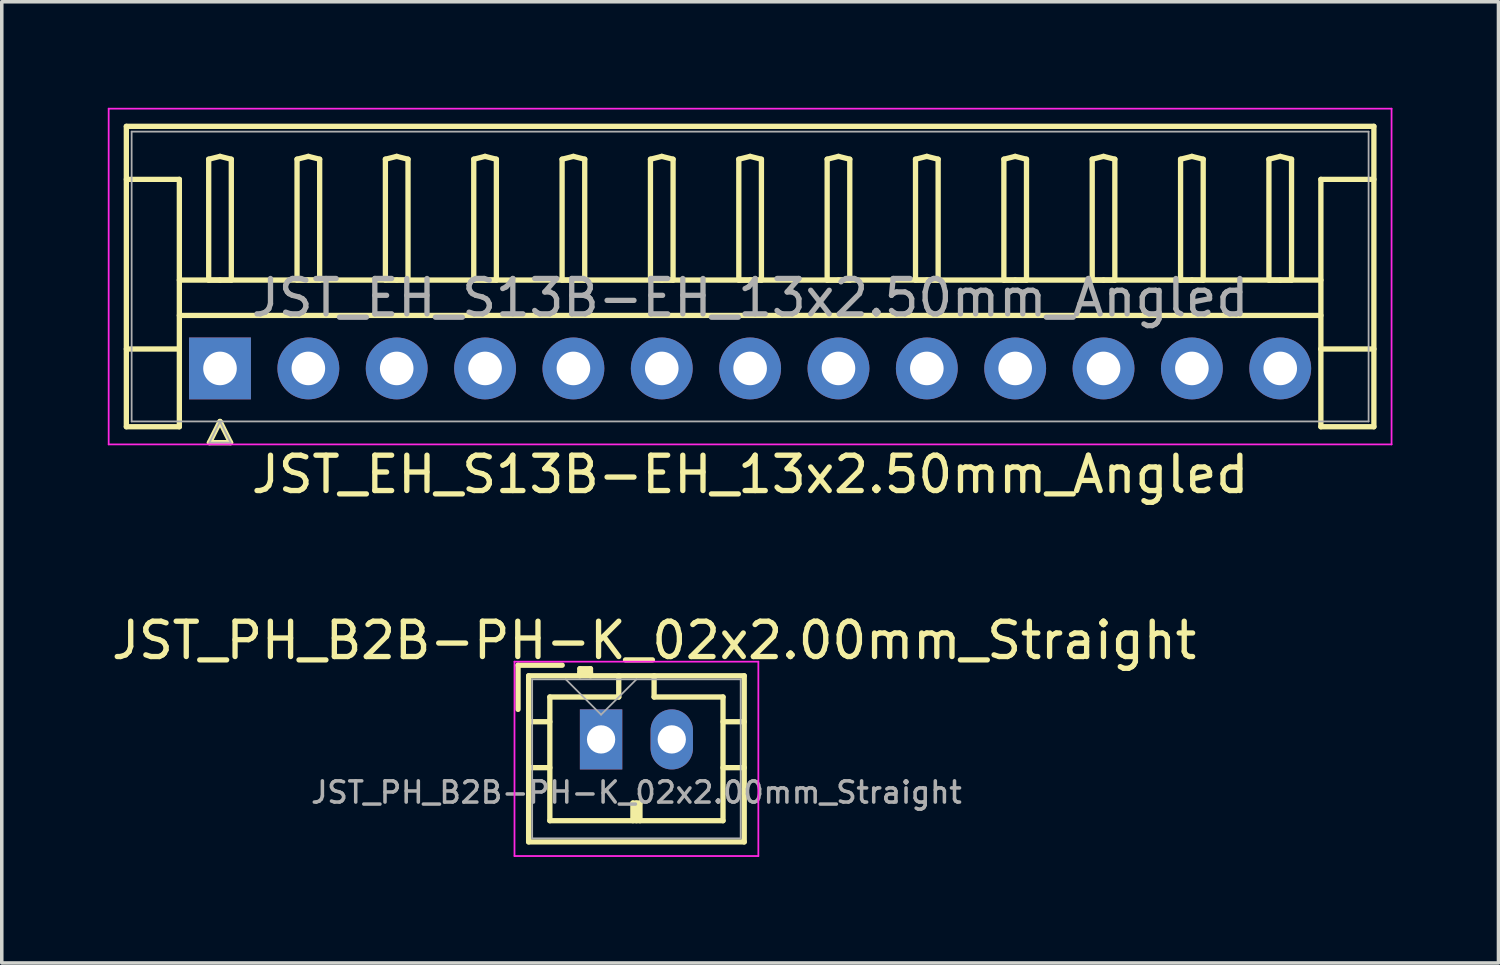
<source format=kicad_pcb>
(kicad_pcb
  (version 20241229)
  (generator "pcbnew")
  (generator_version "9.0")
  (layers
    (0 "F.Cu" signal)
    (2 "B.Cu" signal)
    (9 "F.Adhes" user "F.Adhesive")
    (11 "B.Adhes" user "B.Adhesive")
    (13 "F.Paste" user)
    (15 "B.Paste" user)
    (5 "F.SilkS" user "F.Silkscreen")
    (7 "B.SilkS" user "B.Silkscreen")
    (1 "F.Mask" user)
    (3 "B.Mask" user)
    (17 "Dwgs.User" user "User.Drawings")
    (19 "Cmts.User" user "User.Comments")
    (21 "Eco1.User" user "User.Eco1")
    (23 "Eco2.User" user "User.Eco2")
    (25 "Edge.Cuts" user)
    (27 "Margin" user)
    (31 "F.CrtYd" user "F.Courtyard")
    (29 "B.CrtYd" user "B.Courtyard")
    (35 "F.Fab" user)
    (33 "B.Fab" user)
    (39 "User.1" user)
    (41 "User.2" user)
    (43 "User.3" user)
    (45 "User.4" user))
  (footprint "JST_PH_B2B-PH-K_02x2.00mm_Straight"
    (layer "F.Cu")
    (at 13.958 17.872)
    (property "Reference" "JST_PH_B2B-PH-K_02x2.00mm_Straight" (at 1 1.5 0) (layer "F.Fab") (effects (font (size 0.6 0.6) (thickness 0.1))))
    (attr through_hole)
    (fp_line (start -2.35 -2.1) (end -2.35 -0.85) (stroke (width 0.15) (type solid)) (layer "F.SilkS"))
    (fp_line (start -2.05 -1.8) (end -2.05 2.9) (stroke (width 0.15) (type solid)) (layer "F.SilkS"))
    (fp_line (start -2.05 -0.5) (end -1.45 -0.5) (stroke (width 0.15) (type solid)) (layer "F.SilkS"))
    (fp_line (start -2.05 0.8) (end -1.45 0.8) (stroke (width 0.15) (type solid)) (layer "F.SilkS"))
    (fp_line (start -2.05 2.9) (end 4.05 2.9) (stroke (width 0.15) (type solid)) (layer "F.SilkS"))
    (fp_line (start -1.45 -1.2) (end -1.45 2.3) (stroke (width 0.15) (type solid)) (layer "F.SilkS"))
    (fp_line (start -1.45 2.3) (end 3.45 2.3) (stroke (width 0.15) (type solid)) (layer "F.SilkS"))
    (fp_line (start -1.1 -2.1) (end -2.35 -2.1) (stroke (width 0.15) (type solid)) (layer "F.SilkS"))
    (fp_line (start -0.6 -2) (end -0.6 -1.8) (stroke (width 0.15) (type solid)) (layer "F.SilkS"))
    (fp_line (start -0.3 -2) (end -0.6 -2) (stroke (width 0.15) (type solid)) (layer "F.SilkS"))
    (fp_line (start -0.3 -1.9) (end -0.6 -1.9) (stroke (width 0.15) (type solid)) (layer "F.SilkS"))
    (fp_line (start -0.3 -1.8) (end -0.3 -2) (stroke (width 0.15) (type solid)) (layer "F.SilkS"))
    (fp_line (start 0.5 -1.8) (end 0.5 -1.2) (stroke (width 0.15) (type solid)) (layer "F.SilkS"))
    (fp_line (start 0.5 -1.2) (end -1.45 -1.2) (stroke (width 0.15) (type solid)) (layer "F.SilkS"))
    (fp_line (start 0.9 1.8) (end 1.1 1.8) (stroke (width 0.15) (type solid)) (layer "F.SilkS"))
    (fp_line (start 0.9 2.3) (end 0.9 1.8) (stroke (width 0.15) (type solid)) (layer "F.SilkS"))
    (fp_line (start 1 2.3) (end 1 1.8) (stroke (width 0.15) (type solid)) (layer "F.SilkS"))
    (fp_line (start 1.1 1.8) (end 1.1 2.3) (stroke (width 0.15) (type solid)) (layer "F.SilkS"))
    (fp_line (start 1.5 -1.2) (end 1.5 -1.8) (stroke (width 0.15) (type solid)) (layer "F.SilkS"))
    (fp_line (start 3.45 -1.2) (end 1.5 -1.2) (stroke (width 0.15) (type solid)) (layer "F.SilkS"))
    (fp_line (start 3.45 2.3) (end 3.45 -1.2) (stroke (width 0.15) (type solid)) (layer "F.SilkS"))
    (fp_line (start 4.05 -1.8) (end -2.05 -1.8) (stroke (width 0.15) (type solid)) (layer "F.SilkS"))
    (fp_line (start 4.05 -0.5) (end 3.45 -0.5) (stroke (width 0.15) (type solid)) (layer "F.SilkS"))
    (fp_line (start 4.05 0.8) (end 3.45 0.8) (stroke (width 0.15) (type solid)) (layer "F.SilkS"))
    (fp_line (start 4.05 2.9) (end 4.05 -1.8) (stroke (width 0.15) (type solid)) (layer "F.SilkS"))
    (fp_line (start -2.45 -2.2) (end -2.45 3.3) (stroke (width 0.05) (type solid)) (layer "F.CrtYd"))
    (fp_line (start -2.45 3.3) (end 4.45 3.3) (stroke (width 0.05) (type solid)) (layer "F.CrtYd"))
    (fp_line (start 4.45 -2.2) (end -2.45 -2.2) (stroke (width 0.05) (type solid)) (layer "F.CrtYd"))
    (fp_line (start 4.45 3.3) (end 4.45 -2.2) (stroke (width 0.05) (type solid)) (layer "F.CrtYd"))
    (fp_line (start -1.95 -1.7) (end -1.95 2.8) (stroke (width 0.05) (type solid)) (layer "F.Fab"))
    (fp_line (start -1.95 2.8) (end 3.95 2.8) (stroke (width 0.05) (type solid)) (layer "F.Fab"))
    (fp_line (start -1 -1.7) (end 0 -0.7) (stroke (width 0.05) (type solid)) (layer "F.Fab"))
    (fp_line (start 0 -0.7) (end 1 -1.7) (stroke (width 0.05) (type solid)) (layer "F.Fab"))
    (fp_line (start 3.95 -1.7) (end -1.95 -1.7) (stroke (width 0.05) (type solid)) (layer "F.Fab"))
    (fp_line (start 3.95 2.8) (end 3.95 -1.7) (stroke (width 0.05) (type solid)) (layer "F.Fab"))
    (fp_text user "${REFERENCE}" (at 1.5 -2.8 0) (layer "F.SilkS") (effects (font (size 1 1) (thickness 0.15))))
    (pad "1" thru_hole rect (at 0 0) (size 1.2 1.7) (drill 0.8) (layers "*.Cu" "*.Mask"))
    (pad "2" thru_hole oval (at 2 0) (size 1.2 1.7) (drill 0.8) (layers "*.Cu" "*.Mask")))
  (footprint "JST_EH_S13B-EH_13x2.50mm_Angled"
    (layer "F.Cu")
    (at 3.175 7.375)
    (property "Reference" "JST_EH_S13B-EH_13x2.50mm_Angled" (at 15 -2 0) (layer "F.Fab") (effects (font (size 1 1) (thickness 0.15))))
    (attr through_hole)
    (fp_line (start -2.65 -6.85) (end 32.65 -6.85) (stroke (width 0.15) (type solid)) (layer "F.SilkS"))
    (fp_line (start -2.65 -5.35) (end -1.15 -5.35) (stroke (width 0.15) (type solid)) (layer "F.SilkS"))
    (fp_line (start -2.65 1.65) (end -2.65 -6.85) (stroke (width 0.15) (type solid)) (layer "F.SilkS"))
    (fp_line (start -1.15 -5.35) (end -1.15 -0.55) (stroke (width 0.15) (type solid)) (layer "F.SilkS"))
    (fp_line (start -1.15 -2.5) (end 31.15 -2.5) (stroke (width 0.15) (type solid)) (layer "F.SilkS"))
    (fp_line (start -1.15 -1.5) (end 31.15 -1.5) (stroke (width 0.15) (type solid)) (layer "F.SilkS"))
    (fp_line (start -1.15 -0.55) (end -2.65 -0.55) (stroke (width 0.15) (type solid)) (layer "F.SilkS"))
    (fp_line (start -1.15 -0.55) (end -1.15 1.65) (stroke (width 0.15) (type solid)) (layer "F.SilkS"))
    (fp_line (start -1.15 1.65) (end -2.65 1.65) (stroke (width 0.15) (type solid)) (layer "F.SilkS"))
    (fp_line (start -0.32 -5.92) (end 0 -6) (stroke (width 0.15) (type solid)) (layer "F.SilkS"))
    (fp_line (start -0.32 -2.5) (end -0.32 -5.92) (stroke (width 0.15) (type solid)) (layer "F.SilkS"))
    (fp_line (start -0.3 2.1) (end 0.3 2.1) (stroke (width 0.15) (type solid)) (layer "F.SilkS"))
    (fp_line (start 0 -6) (end 0.32 -5.92) (stroke (width 0.15) (type solid)) (layer "F.SilkS"))
    (fp_line (start 0 -2.5) (end -0.32 -2.5) (stroke (width 0.15) (type solid)) (layer "F.SilkS"))
    (fp_line (start 0 1.5) (end -0.3 2.1) (stroke (width 0.15) (type solid)) (layer "F.SilkS"))
    (fp_line (start 0.3 2.1) (end 0 1.5) (stroke (width 0.15) (type solid)) (layer "F.SilkS"))
    (fp_line (start 0.32 -5.92) (end 0.32 -2.5) (stroke (width 0.15) (type solid)) (layer "F.SilkS"))
    (fp_line (start 0.32 -2.5) (end 0 -2.5) (stroke (width 0.15) (type solid)) (layer "F.SilkS"))
    (fp_line (start 2.18 -5.92) (end 2.5 -6) (stroke (width 0.15) (type solid)) (layer "F.SilkS"))
    (fp_line (start 2.18 -2.5) (end 2.18 -5.92) (stroke (width 0.15) (type solid)) (layer "F.SilkS"))
    (fp_line (start 2.5 -6) (end 2.82 -5.92) (stroke (width 0.15) (type solid)) (layer "F.SilkS"))
    (fp_line (start 2.5 -2.5) (end 2.18 -2.5) (stroke (width 0.15) (type solid)) (layer "F.SilkS"))
    (fp_line (start 2.82 -5.92) (end 2.82 -2.5) (stroke (width 0.15) (type solid)) (layer "F.SilkS"))
    (fp_line (start 2.82 -2.5) (end 2.5 -2.5) (stroke (width 0.15) (type solid)) (layer "F.SilkS"))
    (fp_line (start 4.68 -5.92) (end 5 -6) (stroke (width 0.15) (type solid)) (layer "F.SilkS"))
    (fp_line (start 4.68 -2.5) (end 4.68 -5.92) (stroke (width 0.15) (type solid)) (layer "F.SilkS"))
    (fp_line (start 5 -6) (end 5.32 -5.92) (stroke (width 0.15) (type solid)) (layer "F.SilkS"))
    (fp_line (start 5 -2.5) (end 4.68 -2.5) (stroke (width 0.15) (type solid)) (layer "F.SilkS"))
    (fp_line (start 5.32 -5.92) (end 5.32 -2.5) (stroke (width 0.15) (type solid)) (layer "F.SilkS"))
    (fp_line (start 5.32 -2.5) (end 5 -2.5) (stroke (width 0.15) (type solid)) (layer "F.SilkS"))
    (fp_line (start 7.18 -5.92) (end 7.5 -6) (stroke (width 0.15) (type solid)) (layer "F.SilkS"))
    (fp_line (start 7.18 -2.5) (end 7.18 -5.92) (stroke (width 0.15) (type solid)) (layer "F.SilkS"))
    (fp_line (start 7.5 -6) (end 7.82 -5.92) (stroke (width 0.15) (type solid)) (layer "F.SilkS"))
    (fp_line (start 7.5 -2.5) (end 7.18 -2.5) (stroke (width 0.15) (type solid)) (layer "F.SilkS"))
    (fp_line (start 7.82 -5.92) (end 7.82 -2.5) (stroke (width 0.15) (type solid)) (layer "F.SilkS"))
    (fp_line (start 7.82 -2.5) (end 7.5 -2.5) (stroke (width 0.15) (type solid)) (layer "F.SilkS"))
    (fp_line (start 9.68 -5.92) (end 10 -6) (stroke (width 0.15) (type solid)) (layer "F.SilkS"))
    (fp_line (start 9.68 -2.5) (end 9.68 -5.92) (stroke (width 0.15) (type solid)) (layer "F.SilkS"))
    (fp_line (start 10 -6) (end 10.32 -5.92) (stroke (width 0.15) (type solid)) (layer "F.SilkS"))
    (fp_line (start 10 -2.5) (end 9.68 -2.5) (stroke (width 0.15) (type solid)) (layer "F.SilkS"))
    (fp_line (start 10.32 -5.92) (end 10.32 -2.5) (stroke (width 0.15) (type solid)) (layer "F.SilkS"))
    (fp_line (start 10.32 -2.5) (end 10 -2.5) (stroke (width 0.15) (type solid)) (layer "F.SilkS"))
    (fp_line (start 12.18 -5.92) (end 12.5 -6) (stroke (width 0.15) (type solid)) (layer "F.SilkS"))
    (fp_line (start 12.18 -2.5) (end 12.18 -5.92) (stroke (width 0.15) (type solid)) (layer "F.SilkS"))
    (fp_line (start 12.5 -6) (end 12.82 -5.92) (stroke (width 0.15) (type solid)) (layer "F.SilkS"))
    (fp_line (start 12.5 -2.5) (end 12.18 -2.5) (stroke (width 0.15) (type solid)) (layer "F.SilkS"))
    (fp_line (start 12.82 -5.92) (end 12.82 -2.5) (stroke (width 0.15) (type solid)) (layer "F.SilkS"))
    (fp_line (start 12.82 -2.5) (end 12.5 -2.5) (stroke (width 0.15) (type solid)) (layer "F.SilkS"))
    (fp_line (start 14.68 -5.92) (end 15 -6) (stroke (width 0.15) (type solid)) (layer "F.SilkS"))
    (fp_line (start 14.68 -2.5) (end 14.68 -5.92) (stroke (width 0.15) (type solid)) (layer "F.SilkS"))
    (fp_line (start 15 -6) (end 15.32 -5.92) (stroke (width 0.15) (type solid)) (layer "F.SilkS"))
    (fp_line (start 15 -2.5) (end 14.68 -2.5) (stroke (width 0.15) (type solid)) (layer "F.SilkS"))
    (fp_line (start 15.32 -5.92) (end 15.32 -2.5) (stroke (width 0.15) (type solid)) (layer "F.SilkS"))
    (fp_line (start 15.32 -2.5) (end 15 -2.5) (stroke (width 0.15) (type solid)) (layer "F.SilkS"))
    (fp_line (start 17.18 -5.92) (end 17.5 -6) (stroke (width 0.15) (type solid)) (layer "F.SilkS"))
    (fp_line (start 17.18 -2.5) (end 17.18 -5.92) (stroke (width 0.15) (type solid)) (layer "F.SilkS"))
    (fp_line (start 17.5 -6) (end 17.82 -5.92) (stroke (width 0.15) (type solid)) (layer "F.SilkS"))
    (fp_line (start 17.5 -2.5) (end 17.18 -2.5) (stroke (width 0.15) (type solid)) (layer "F.SilkS"))
    (fp_line (start 17.82 -5.92) (end 17.82 -2.5) (stroke (width 0.15) (type solid)) (layer "F.SilkS"))
    (fp_line (start 17.82 -2.5) (end 17.5 -2.5) (stroke (width 0.15) (type solid)) (layer "F.SilkS"))
    (fp_line (start 19.68 -5.92) (end 20 -6) (stroke (width 0.15) (type solid)) (layer "F.SilkS"))
    (fp_line (start 19.68 -2.5) (end 19.68 -5.92) (stroke (width 0.15) (type solid)) (layer "F.SilkS"))
    (fp_line (start 20 -6) (end 20.32 -5.92) (stroke (width 0.15) (type solid)) (layer "F.SilkS"))
    (fp_line (start 20 -2.5) (end 19.68 -2.5) (stroke (width 0.15) (type solid)) (layer "F.SilkS"))
    (fp_line (start 20.32 -5.92) (end 20.32 -2.5) (stroke (width 0.15) (type solid)) (layer "F.SilkS"))
    (fp_line (start 20.32 -2.5) (end 20 -2.5) (stroke (width 0.15) (type solid)) (layer "F.SilkS"))
    (fp_line (start 22.18 -5.92) (end 22.5 -6) (stroke (width 0.15) (type solid)) (layer "F.SilkS"))
    (fp_line (start 22.18 -2.5) (end 22.18 -5.92) (stroke (width 0.15) (type solid)) (layer "F.SilkS"))
    (fp_line (start 22.5 -6) (end 22.82 -5.92) (stroke (width 0.15) (type solid)) (layer "F.SilkS"))
    (fp_line (start 22.5 -2.5) (end 22.18 -2.5) (stroke (width 0.15) (type solid)) (layer "F.SilkS"))
    (fp_line (start 22.82 -5.92) (end 22.82 -2.5) (stroke (width 0.15) (type solid)) (layer "F.SilkS"))
    (fp_line (start 22.82 -2.5) (end 22.5 -2.5) (stroke (width 0.15) (type solid)) (layer "F.SilkS"))
    (fp_line (start 24.68 -5.92) (end 25 -6) (stroke (width 0.15) (type solid)) (layer "F.SilkS"))
    (fp_line (start 24.68 -2.5) (end 24.68 -5.92) (stroke (width 0.15) (type solid)) (layer "F.SilkS"))
    (fp_line (start 25 -6) (end 25.32 -5.92) (stroke (width 0.15) (type solid)) (layer "F.SilkS"))
    (fp_line (start 25 -2.5) (end 24.68 -2.5) (stroke (width 0.15) (type solid)) (layer "F.SilkS"))
    (fp_line (start 25.32 -5.92) (end 25.32 -2.5) (stroke (width 0.15) (type solid)) (layer "F.SilkS"))
    (fp_line (start 25.32 -2.5) (end 25 -2.5) (stroke (width 0.15) (type solid)) (layer "F.SilkS"))
    (fp_line (start 27.18 -5.92) (end 27.5 -6) (stroke (width 0.15) (type solid)) (layer "F.SilkS"))
    (fp_line (start 27.18 -2.5) (end 27.18 -5.92) (stroke (width 0.15) (type solid)) (layer "F.SilkS"))
    (fp_line (start 27.5 -6) (end 27.82 -5.92) (stroke (width 0.15) (type solid)) (layer "F.SilkS"))
    (fp_line (start 27.5 -2.5) (end 27.18 -2.5) (stroke (width 0.15) (type solid)) (layer "F.SilkS"))
    (fp_line (start 27.82 -5.92) (end 27.82 -2.5) (stroke (width 0.15) (type solid)) (layer "F.SilkS"))
    (fp_line (start 27.82 -2.5) (end 27.5 -2.5) (stroke (width 0.15) (type solid)) (layer "F.SilkS"))
    (fp_line (start 29.68 -5.92) (end 30 -6) (stroke (width 0.15) (type solid)) (layer "F.SilkS"))
    (fp_line (start 29.68 -2.5) (end 29.68 -5.92) (stroke (width 0.15) (type solid)) (layer "F.SilkS"))
    (fp_line (start 30 -6) (end 30.32 -5.92) (stroke (width 0.15) (type solid)) (layer "F.SilkS"))
    (fp_line (start 30 -2.5) (end 29.68 -2.5) (stroke (width 0.15) (type solid)) (layer "F.SilkS"))
    (fp_line (start 30.32 -5.92) (end 30.32 -2.5) (stroke (width 0.15) (type solid)) (layer "F.SilkS"))
    (fp_line (start 30.32 -2.5) (end 30 -2.5) (stroke (width 0.15) (type solid)) (layer "F.SilkS"))
    (fp_line (start 31.15 -5.35) (end 31.15 -0.55) (stroke (width 0.15) (type solid)) (layer "F.SilkS"))
    (fp_line (start 31.15 -0.55) (end 32.65 -0.55) (stroke (width 0.15) (type solid)) (layer "F.SilkS"))
    (fp_line (start 31.15 1.65) (end 31.15 -0.55) (stroke (width 0.15) (type solid)) (layer "F.SilkS"))
    (fp_line (start 32.65 -6.85) (end 32.65 1.65) (stroke (width 0.15) (type solid)) (layer "F.SilkS"))
    (fp_line (start 32.65 -5.35) (end 31.15 -5.35) (stroke (width 0.15) (type solid)) (layer "F.SilkS"))
    (fp_line (start 32.65 1.65) (end 31.15 1.65) (stroke (width 0.15) (type solid)) (layer "F.SilkS"))
    (fp_line (start -3.15 -7.35) (end -3.15 2.15) (stroke (width 0.05) (type solid)) (layer "F.CrtYd"))
    (fp_line (start -3.15 2.15) (end 33.15 2.15) (stroke (width 0.05) (type solid)) (layer "F.CrtYd"))
    (fp_line (start 33.15 -7.35) (end -3.15 -7.35) (stroke (width 0.05) (type solid)) (layer "F.CrtYd"))
    (fp_line (start 33.15 2.15) (end 33.15 -7.35) (stroke (width 0.05) (type solid)) (layer "F.CrtYd"))
    (fp_line (start -2.5 -6.7) (end -2.5 1.5) (stroke (width 0.05) (type solid)) (layer "F.Fab"))
    (fp_line (start -2.5 1.5) (end 32.5 1.5) (stroke (width 0.05) (type solid)) (layer "F.Fab"))
    (fp_line (start -0.3 2.1) (end 0.3 2.1) (stroke (width 0.05) (type solid)) (layer "F.Fab"))
    (fp_line (start 0 1.5) (end -0.3 2.1) (stroke (width 0.05) (type solid)) (layer "F.Fab"))
    (fp_line (start 0.3 2.1) (end 0 1.5) (stroke (width 0.05) (type solid)) (layer "F.Fab"))
    (fp_line (start 32.5 -6.7) (end -2.5 -6.7) (stroke (width 0.05) (type solid)) (layer "F.Fab"))
    (fp_line (start 32.5 1.5) (end 32.5 -6.7) (stroke (width 0.05) (type solid)) (layer "F.Fab"))
    (fp_text user "${REFERENCE}" (at 15 3 0) (layer "F.SilkS") (effects (font (size 1 1) (thickness 0.15))))
    (pad "1" thru_hole rect (at 0 0) (size 1.75 1.75) (drill 0.95) (layers "*.Cu" "*.Mask"))
    (pad "2" thru_hole circle (at 2.5 0) (size 1.75 1.75) (drill 0.95) (layers "*.Cu" "*.Mask"))
    (pad "3" thru_hole circle (at 5 0) (size 1.75 1.75) (drill 0.95) (layers "*.Cu" "*.Mask"))
    (pad "4" thru_hole circle (at 7.5 0) (size 1.75 1.75) (drill 0.95) (layers "*.Cu" "*.Mask"))
    (pad "5" thru_hole circle (at 10 0) (size 1.75 1.75) (drill 0.95) (layers "*.Cu" "*.Mask"))
    (pad "6" thru_hole circle (at 12.5 0) (size 1.75 1.75) (drill 0.95) (layers "*.Cu" "*.Mask"))
    (pad "7" thru_hole circle (at 15 0) (size 1.75 1.75) (drill 0.95) (layers "*.Cu" "*.Mask"))
    (pad "8" thru_hole circle (at 17.5 0) (size 1.75 1.75) (drill 0.95) (layers "*.Cu" "*.Mask"))
    (pad "9" thru_hole circle (at 20 0) (size 1.75 1.75) (drill 0.95) (layers "*.Cu" "*.Mask"))
    (pad "10" thru_hole circle (at 22.5 0) (size 1.75 1.75) (drill 0.95) (layers "*.Cu" "*.Mask"))
    (pad "11" thru_hole circle (at 25 0) (size 1.75 1.75) (drill 0.95) (layers "*.Cu" "*.Mask"))
    (pad "12" thru_hole circle (at 27.5 0) (size 1.75 1.75) (drill 0.95) (layers "*.Cu" "*.Mask"))
    (pad "13" thru_hole circle (at 30 0) (size 1.75 1.75) (drill 0.95) (layers "*.Cu" "*.Mask")))
  (gr_rect
    (start -3 -3)
    (end 39.35 24.197)
    (stroke (width 0.1) (type default))
    (fill no)
    (layer "Edge.Cuts")))
</source>
